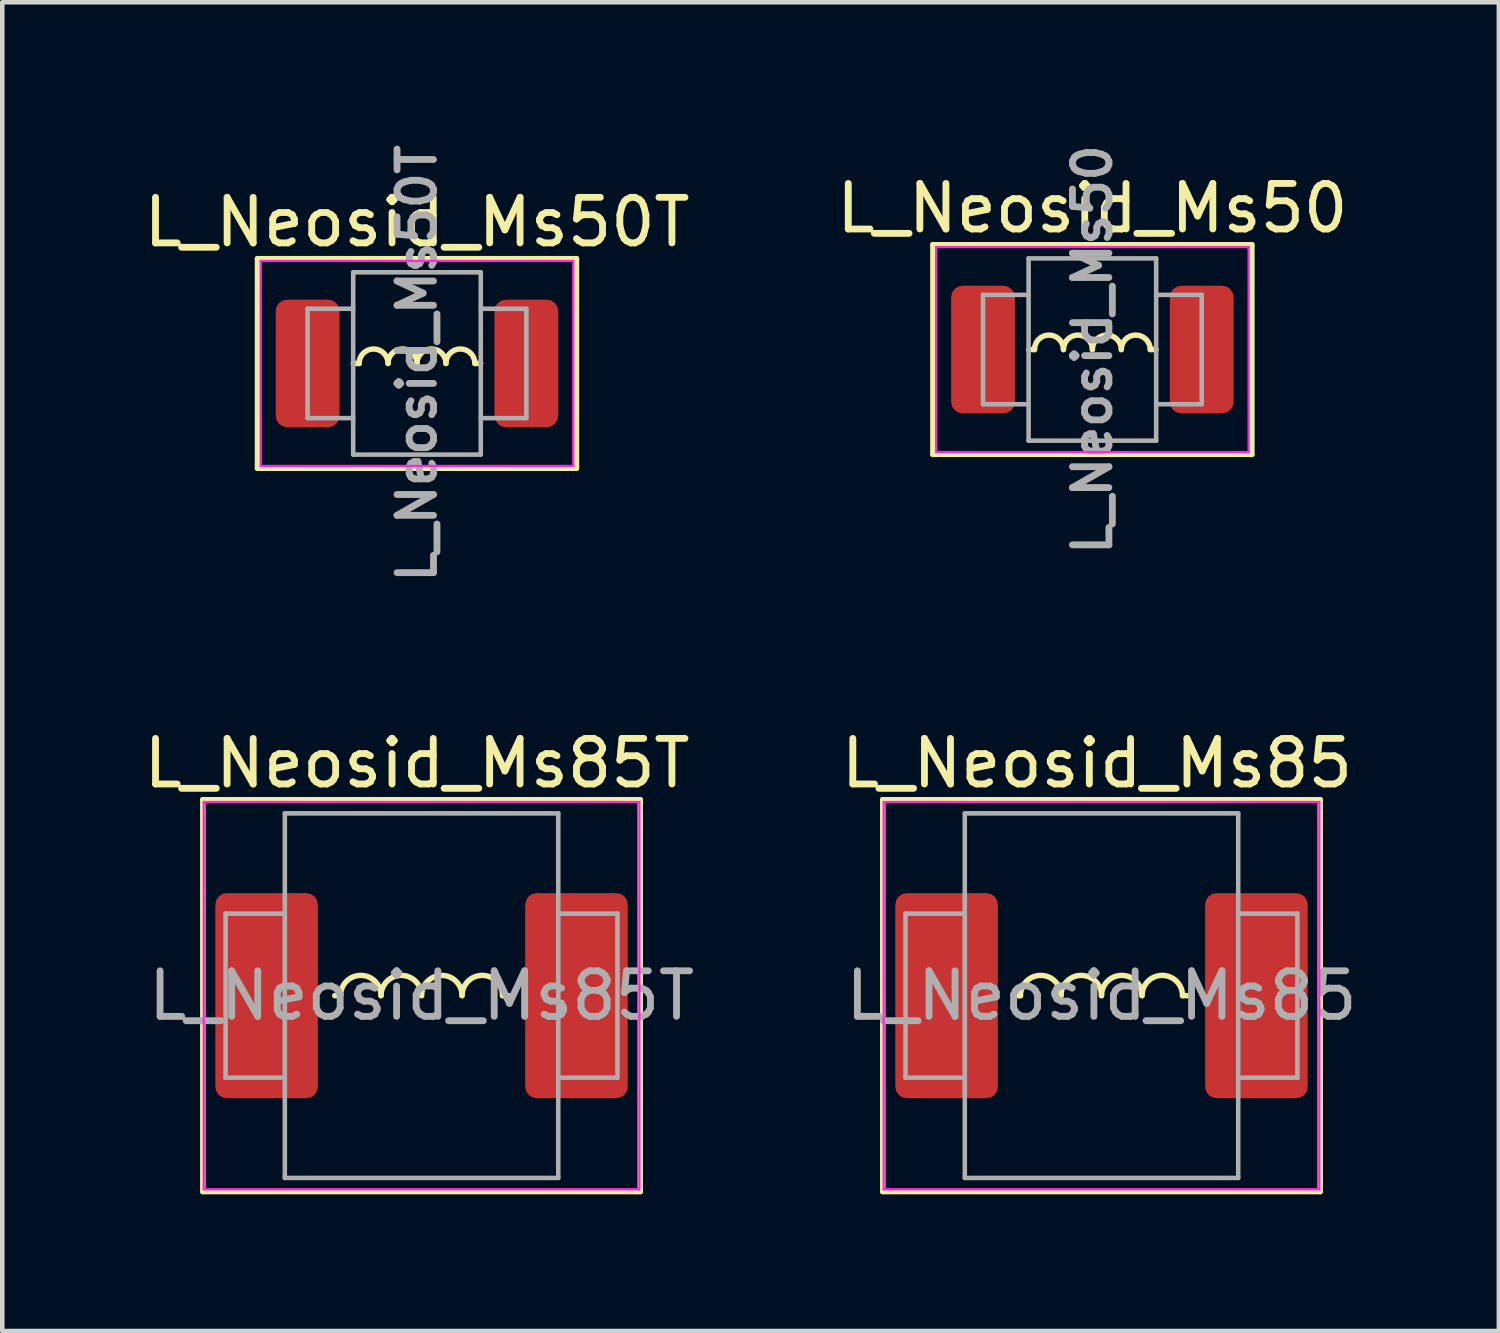
<source format=kicad_pcb>
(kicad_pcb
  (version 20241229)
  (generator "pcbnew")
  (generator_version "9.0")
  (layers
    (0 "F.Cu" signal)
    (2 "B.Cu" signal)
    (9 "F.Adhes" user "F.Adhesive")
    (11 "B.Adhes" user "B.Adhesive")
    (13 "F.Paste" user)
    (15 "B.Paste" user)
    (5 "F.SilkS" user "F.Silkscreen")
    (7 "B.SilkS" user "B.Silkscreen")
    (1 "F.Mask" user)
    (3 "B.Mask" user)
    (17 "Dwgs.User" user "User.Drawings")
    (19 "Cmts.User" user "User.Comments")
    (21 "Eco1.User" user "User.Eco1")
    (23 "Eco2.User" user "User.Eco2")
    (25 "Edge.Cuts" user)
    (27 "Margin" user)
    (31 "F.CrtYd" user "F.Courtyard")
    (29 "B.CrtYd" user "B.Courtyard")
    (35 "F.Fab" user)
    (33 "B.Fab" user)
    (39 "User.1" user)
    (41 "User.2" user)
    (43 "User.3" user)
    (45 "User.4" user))
  (footprint "L_Neosid_Ms50T"
    (layer "F.Cu")
    (at 6.101 4.926)
    (property "Reference" "L_Neosid_Ms50T" (at 0 -3.1 0) (layer "F.SilkS") (effects (font (size 1 1) (thickness 0.15))))
    (attr smd)
    (fp_line (start -3.5 -2.3) (end -3.5 2.3) (stroke (width 0.12) (type solid)) (layer "F.SilkS"))
    (fp_line (start -3.5 2.3) (end 3.5 2.3) (stroke (width 0.12) (type solid)) (layer "F.SilkS"))
    (fp_line (start -1.27 0) (end -1.397 0) (stroke (width 0.12) (type solid)) (layer "F.SilkS"))
    (fp_line (start 1.27 0) (end 1.397 0) (stroke (width 0.12) (type solid)) (layer "F.SilkS"))
    (fp_line (start 3.5 -2.3) (end -3.5 -2.3) (stroke (width 0.12) (type solid)) (layer "F.SilkS"))
    (fp_line (start 3.5 2.3) (end 3.5 -2.3) (stroke (width 0.12) (type solid)) (layer "F.SilkS"))
    (fp_arc (start -1.27 0) (mid -0.9525 -0.3175) (end -0.635 0) (stroke (width 0.12) (type solid)) (layer "F.SilkS"))
    (fp_arc (start -0.635 0) (mid -0.3175 -0.3175) (end 0 0) (stroke (width 0.12) (type solid)) (layer "F.SilkS"))
    (fp_arc (start 0 0) (mid 0.3175 -0.3175) (end 0.635 0) (stroke (width 0.12) (type solid)) (layer "F.SilkS"))
    (fp_arc (start 0.635 0) (mid 0.9525 -0.3175) (end 1.27 0) (stroke (width 0.12) (type solid)) (layer "F.SilkS"))
    (fp_line (start -3.429 -2.25) (end -3.429 2.25) (stroke (width 0.05) (type solid)) (layer "F.CrtYd"))
    (fp_line (start -3.429 -2.25) (end 3.429 -2.25) (stroke (width 0.05) (type solid)) (layer "F.CrtYd"))
    (fp_line (start 3.429 2.25) (end -3.429 2.25) (stroke (width 0.05) (type solid)) (layer "F.CrtYd"))
    (fp_line (start 3.429 2.25) (end 3.429 -2.25) (stroke (width 0.05) (type solid)) (layer "F.CrtYd"))
    (fp_line (start -2.4 -1.2) (end -2.4 1.2) (stroke (width 0.1) (type solid)) (layer "F.Fab"))
    (fp_line (start -2.4 -1.2) (end -1.4 -1.2) (stroke (width 0.1) (type solid)) (layer "F.Fab"))
    (fp_line (start -2.4 1.2) (end -1.4 1.2) (stroke (width 0.1) (type solid)) (layer "F.Fab"))
    (fp_line (start -1.4 -2) (end -1.4 2) (stroke (width 0.1) (type solid)) (layer "F.Fab"))
    (fp_line (start -1.4 2) (end 1.4 2) (stroke (width 0.1) (type solid)) (layer "F.Fab"))
    (fp_line (start 1.4 -2) (end -1.4 -2) (stroke (width 0.1) (type solid)) (layer "F.Fab"))
    (fp_line (start 1.4 1.2) (end 2.4 1.2) (stroke (width 0.1) (type solid)) (layer "F.Fab"))
    (fp_line (start 1.4 2) (end 1.4 -2) (stroke (width 0.1) (type solid)) (layer "F.Fab"))
    (fp_line (start 2.4 -1.2) (end 1.4 -1.2) (stroke (width 0.1) (type solid)) (layer "F.Fab"))
    (fp_line (start 2.4 1.2) (end 2.4 -1.2) (stroke (width 0.1) (type solid)) (layer "F.Fab"))
    (fp_text user "${REFERENCE}" (at 0 0 90) (layer "F.Fab") (effects (font (size 0.8 0.8) (thickness 0.15))))
    (pad "1" smd roundrect (at -2.4 0) (size 1.4 2.8) (layers "F.Cu" "F.Mask" "F.Paste") (roundrect_rratio 0.179))
    (pad "2" smd roundrect (at 2.4 0) (size 1.4 2.8) (layers "F.Cu" "F.Mask" "F.Paste") (roundrect_rratio 0.179)))
  (footprint "L_Neosid_Ms85T"
    (layer "F.Cu")
    (at 6.201 18.8)
    (property "Reference" "L_Neosid_Ms85T" (at -0.1 -5.1 0) (layer "F.SilkS") (effects (font (size 1 1) (thickness 0.15))))
    (attr smd)
    (fp_line (start -4.8 -4.3) (end -4.8 4.3) (stroke (width 0.12) (type solid)) (layer "F.SilkS"))
    (fp_line (start -4.8 4.3) (end 4.8 4.3) (stroke (width 0.12) (type solid)) (layer "F.SilkS"))
    (fp_line (start -1.778 0) (end -1.905 0) (stroke (width 0.12) (type solid)) (layer "F.SilkS"))
    (fp_line (start 1.778 0) (end 1.905 0) (stroke (width 0.12) (type solid)) (layer "F.SilkS"))
    (fp_line (start 4.8 -4.3) (end -4.8 -4.3) (stroke (width 0.12) (type solid)) (layer "F.SilkS"))
    (fp_line (start 4.8 4.3) (end 4.8 -4.3) (stroke (width 0.12) (type solid)) (layer "F.SilkS"))
    (fp_arc (start -1.778 0) (mid -1.3335 -0.4445) (end -0.889 0) (stroke (width 0.12) (type solid)) (layer "F.SilkS"))
    (fp_arc (start -0.889 0) (mid -0.4445 -0.4445) (end 0 0) (stroke (width 0.12) (type solid)) (layer "F.SilkS"))
    (fp_arc (start 0 0) (mid 0.4445 -0.4445) (end 0.889 0) (stroke (width 0.12) (type solid)) (layer "F.SilkS"))
    (fp_arc (start 0.889 0) (mid 1.3335 -0.4445) (end 1.778 0) (stroke (width 0.12) (type solid)) (layer "F.SilkS"))
    (fp_line (start -4.78 -4.25) (end -4.78 4.25) (stroke (width 0.05) (type solid)) (layer "F.CrtYd"))
    (fp_line (start -4.78 -4.25) (end 4.78 -4.25) (stroke (width 0.05) (type solid)) (layer "F.CrtYd"))
    (fp_line (start 4.78 4.25) (end -4.78 4.25) (stroke (width 0.05) (type solid)) (layer "F.CrtYd"))
    (fp_line (start 4.78 4.25) (end 4.78 -4.25) (stroke (width 0.05) (type solid)) (layer "F.CrtYd"))
    (fp_line (start -4.3 -1.8) (end -4.3 1.8) (stroke (width 0.1) (type solid)) (layer "F.Fab"))
    (fp_line (start -4.3 -1.8) (end -3 -1.8) (stroke (width 0.1) (type solid)) (layer "F.Fab"))
    (fp_line (start -4.3 1.8) (end -3 1.8) (stroke (width 0.1) (type solid)) (layer "F.Fab"))
    (fp_line (start -3 -4) (end 3 -4) (stroke (width 0.1) (type solid)) (layer "F.Fab"))
    (fp_line (start -3 4) (end -3 -4) (stroke (width 0.1) (type solid)) (layer "F.Fab"))
    (fp_line (start 3 -4) (end 3 4) (stroke (width 0.1) (type solid)) (layer "F.Fab"))
    (fp_line (start 3 1.8) (end 4.3 1.8) (stroke (width 0.1) (type solid)) (layer "F.Fab"))
    (fp_line (start 3 4) (end -3 4) (stroke (width 0.1) (type solid)) (layer "F.Fab"))
    (fp_line (start 4.3 -1.8) (end 3 -1.8) (stroke (width 0.1) (type solid)) (layer "F.Fab"))
    (fp_line (start 4.3 1.8) (end 4.3 -1.8) (stroke (width 0.1) (type solid)) (layer "F.Fab"))
    (fp_text user "${REFERENCE}" (at 0 0 0) (layer "F.Fab") (effects (font (size 1 1) (thickness 0.15))))
    (pad "1" smd roundrect (at -3.4 0) (size 2.25 4.5) (layers "F.Cu" "F.Mask" "F.Paste") (roundrect_rratio 0.111))
    (pad "2" smd roundrect (at 3.4 0) (size 2.25 4.5) (layers "F.Cu" "F.Mask" "F.Paste") (roundrect_rratio 0.111)))
  (footprint "L_Neosid_Ms85"
    (layer "F.Cu")
    (at 21.123 18.8)
    (property "Reference" "L_Neosid_Ms85" (at -0.1 -5.1 0) (layer "F.SilkS") (effects (font (size 1 1) (thickness 0.15))))
    (attr smd)
    (fp_line (start -4.8 -4.3) (end -4.8 4.3) (stroke (width 0.12) (type solid)) (layer "F.SilkS"))
    (fp_line (start -4.8 4.3) (end 4.8 4.3) (stroke (width 0.12) (type solid)) (layer "F.SilkS"))
    (fp_line (start -1.778 0) (end -1.905 0) (stroke (width 0.12) (type solid)) (layer "F.SilkS"))
    (fp_line (start 1.778 0) (end 1.905 0) (stroke (width 0.12) (type solid)) (layer "F.SilkS"))
    (fp_line (start 4.8 -4.3) (end -4.8 -4.3) (stroke (width 0.12) (type solid)) (layer "F.SilkS"))
    (fp_line (start 4.8 4.3) (end 4.8 -4.3) (stroke (width 0.12) (type solid)) (layer "F.SilkS"))
    (fp_arc (start -1.778 0) (mid -1.3335 -0.4445) (end -0.889 0) (stroke (width 0.12) (type solid)) (layer "F.SilkS"))
    (fp_arc (start -0.889 0) (mid -0.4445 -0.4445) (end 0 0) (stroke (width 0.12) (type solid)) (layer "F.SilkS"))
    (fp_arc (start 0 0) (mid 0.4445 -0.4445) (end 0.889 0) (stroke (width 0.12) (type solid)) (layer "F.SilkS"))
    (fp_arc (start 0.889 0) (mid 1.3335 -0.4445) (end 1.778 0) (stroke (width 0.12) (type solid)) (layer "F.SilkS"))
    (fp_line (start -4.78 -4.25) (end -4.78 4.25) (stroke (width 0.05) (type solid)) (layer "F.CrtYd"))
    (fp_line (start -4.78 -4.25) (end 4.78 -4.25) (stroke (width 0.05) (type solid)) (layer "F.CrtYd"))
    (fp_line (start 4.78 4.25) (end -4.78 4.25) (stroke (width 0.05) (type solid)) (layer "F.CrtYd"))
    (fp_line (start 4.78 4.25) (end 4.78 -4.25) (stroke (width 0.05) (type solid)) (layer "F.CrtYd"))
    (fp_line (start -4.3 -1.8) (end -4.3 1.8) (stroke (width 0.1) (type solid)) (layer "F.Fab"))
    (fp_line (start -4.3 -1.8) (end -3 -1.8) (stroke (width 0.1) (type solid)) (layer "F.Fab"))
    (fp_line (start -4.3 1.8) (end -3 1.8) (stroke (width 0.1) (type solid)) (layer "F.Fab"))
    (fp_line (start -3 -4) (end 3 -4) (stroke (width 0.1) (type solid)) (layer "F.Fab"))
    (fp_line (start -3 4) (end -3 -4) (stroke (width 0.1) (type solid)) (layer "F.Fab"))
    (fp_line (start 3 -4) (end 3 4) (stroke (width 0.1) (type solid)) (layer "F.Fab"))
    (fp_line (start 3 1.8) (end 4.3 1.8) (stroke (width 0.1) (type solid)) (layer "F.Fab"))
    (fp_line (start 3 4) (end -3 4) (stroke (width 0.1) (type solid)) (layer "F.Fab"))
    (fp_line (start 4.3 -1.8) (end 3 -1.8) (stroke (width 0.1) (type solid)) (layer "F.Fab"))
    (fp_line (start 4.3 1.8) (end 4.3 -1.8) (stroke (width 0.1) (type solid)) (layer "F.Fab"))
    (fp_text user "${REFERENCE}" (at 0 0 0) (layer "F.Fab") (effects (font (size 1 1) (thickness 0.15))))
    (pad "1" smd roundrect (at -3.4 0) (size 2.25 4.5) (layers "F.Cu" "F.Mask" "F.Paste") (roundrect_rratio 0.111))
    (pad "2" smd roundrect (at 3.4 0) (size 2.25 4.5) (layers "F.Cu" "F.Mask" "F.Paste") (roundrect_rratio 0.111)))
  (footprint "L_Neosid_Ms50"
    (layer "F.Cu")
    (at 20.923 4.621)
    (property "Reference" "L_Neosid_Ms50" (at 0 -3.1 0) (layer "F.SilkS") (effects (font (size 1 1) (thickness 0.15))))
    (attr smd)
    (fp_line (start -3.5 -2.3) (end -3.5 2.3) (stroke (width 0.12) (type solid)) (layer "F.SilkS"))
    (fp_line (start -3.5 2.3) (end 3.5 2.3) (stroke (width 0.12) (type solid)) (layer "F.SilkS"))
    (fp_line (start -1.27 0) (end -1.397 0) (stroke (width 0.12) (type solid)) (layer "F.SilkS"))
    (fp_line (start 1.27 0) (end 1.397 0) (stroke (width 0.12) (type solid)) (layer "F.SilkS"))
    (fp_line (start 3.5 -2.3) (end -3.5 -2.3) (stroke (width 0.12) (type solid)) (layer "F.SilkS"))
    (fp_line (start 3.5 2.3) (end 3.5 -2.3) (stroke (width 0.12) (type solid)) (layer "F.SilkS"))
    (fp_arc (start -1.27 0) (mid -0.9525 -0.3175) (end -0.635 0) (stroke (width 0.12) (type solid)) (layer "F.SilkS"))
    (fp_arc (start -0.635 0) (mid -0.3175 -0.3175) (end 0 0) (stroke (width 0.12) (type solid)) (layer "F.SilkS"))
    (fp_arc (start 0 0) (mid 0.3175 -0.3175) (end 0.635 0) (stroke (width 0.12) (type solid)) (layer "F.SilkS"))
    (fp_arc (start 0.635 0) (mid 0.9525 -0.3175) (end 1.27 0) (stroke (width 0.12) (type solid)) (layer "F.SilkS"))
    (fp_line (start -3.429 -2.25) (end -3.429 2.25) (stroke (width 0.05) (type solid)) (layer "F.CrtYd"))
    (fp_line (start -3.429 -2.25) (end 3.429 -2.25) (stroke (width 0.05) (type solid)) (layer "F.CrtYd"))
    (fp_line (start 3.429 2.25) (end -3.429 2.25) (stroke (width 0.05) (type solid)) (layer "F.CrtYd"))
    (fp_line (start 3.429 2.25) (end 3.429 -2.25) (stroke (width 0.05) (type solid)) (layer "F.CrtYd"))
    (fp_line (start -2.4 -1.2) (end -2.4 1.2) (stroke (width 0.1) (type solid)) (layer "F.Fab"))
    (fp_line (start -2.4 -1.2) (end -1.4 -1.2) (stroke (width 0.1) (type solid)) (layer "F.Fab"))
    (fp_line (start -2.4 1.2) (end -1.4 1.2) (stroke (width 0.1) (type solid)) (layer "F.Fab"))
    (fp_line (start -1.4 -2) (end -1.4 2) (stroke (width 0.1) (type solid)) (layer "F.Fab"))
    (fp_line (start -1.4 2) (end 1.4 2) (stroke (width 0.1) (type solid)) (layer "F.Fab"))
    (fp_line (start 1.4 -2) (end -1.4 -2) (stroke (width 0.1) (type solid)) (layer "F.Fab"))
    (fp_line (start 1.4 1.2) (end 2.4 1.2) (stroke (width 0.1) (type solid)) (layer "F.Fab"))
    (fp_line (start 1.4 2) (end 1.4 -2) (stroke (width 0.1) (type solid)) (layer "F.Fab"))
    (fp_line (start 2.4 -1.2) (end 1.4 -1.2) (stroke (width 0.1) (type solid)) (layer "F.Fab"))
    (fp_line (start 2.4 1.2) (end 2.4 -1.2) (stroke (width 0.1) (type solid)) (layer "F.Fab"))
    (fp_text user "${REFERENCE}" (at 0 0 90) (layer "F.Fab") (effects (font (size 0.8 0.8) (thickness 0.15))))
    (pad "1" smd roundrect (at -2.4 0) (size 1.4 2.8) (layers "F.Cu" "F.Mask" "F.Paste") (roundrect_rratio 0.179))
    (pad "2" smd roundrect (at 2.4 0) (size 1.4 2.8) (layers "F.Cu" "F.Mask" "F.Paste") (roundrect_rratio 0.179)))
  (gr_rect
    (start -3 -3)
    (end 29.843 26.16)
    (stroke (width 0.1) (type default))
    (fill no)
    (layer "Edge.Cuts")))
</source>
